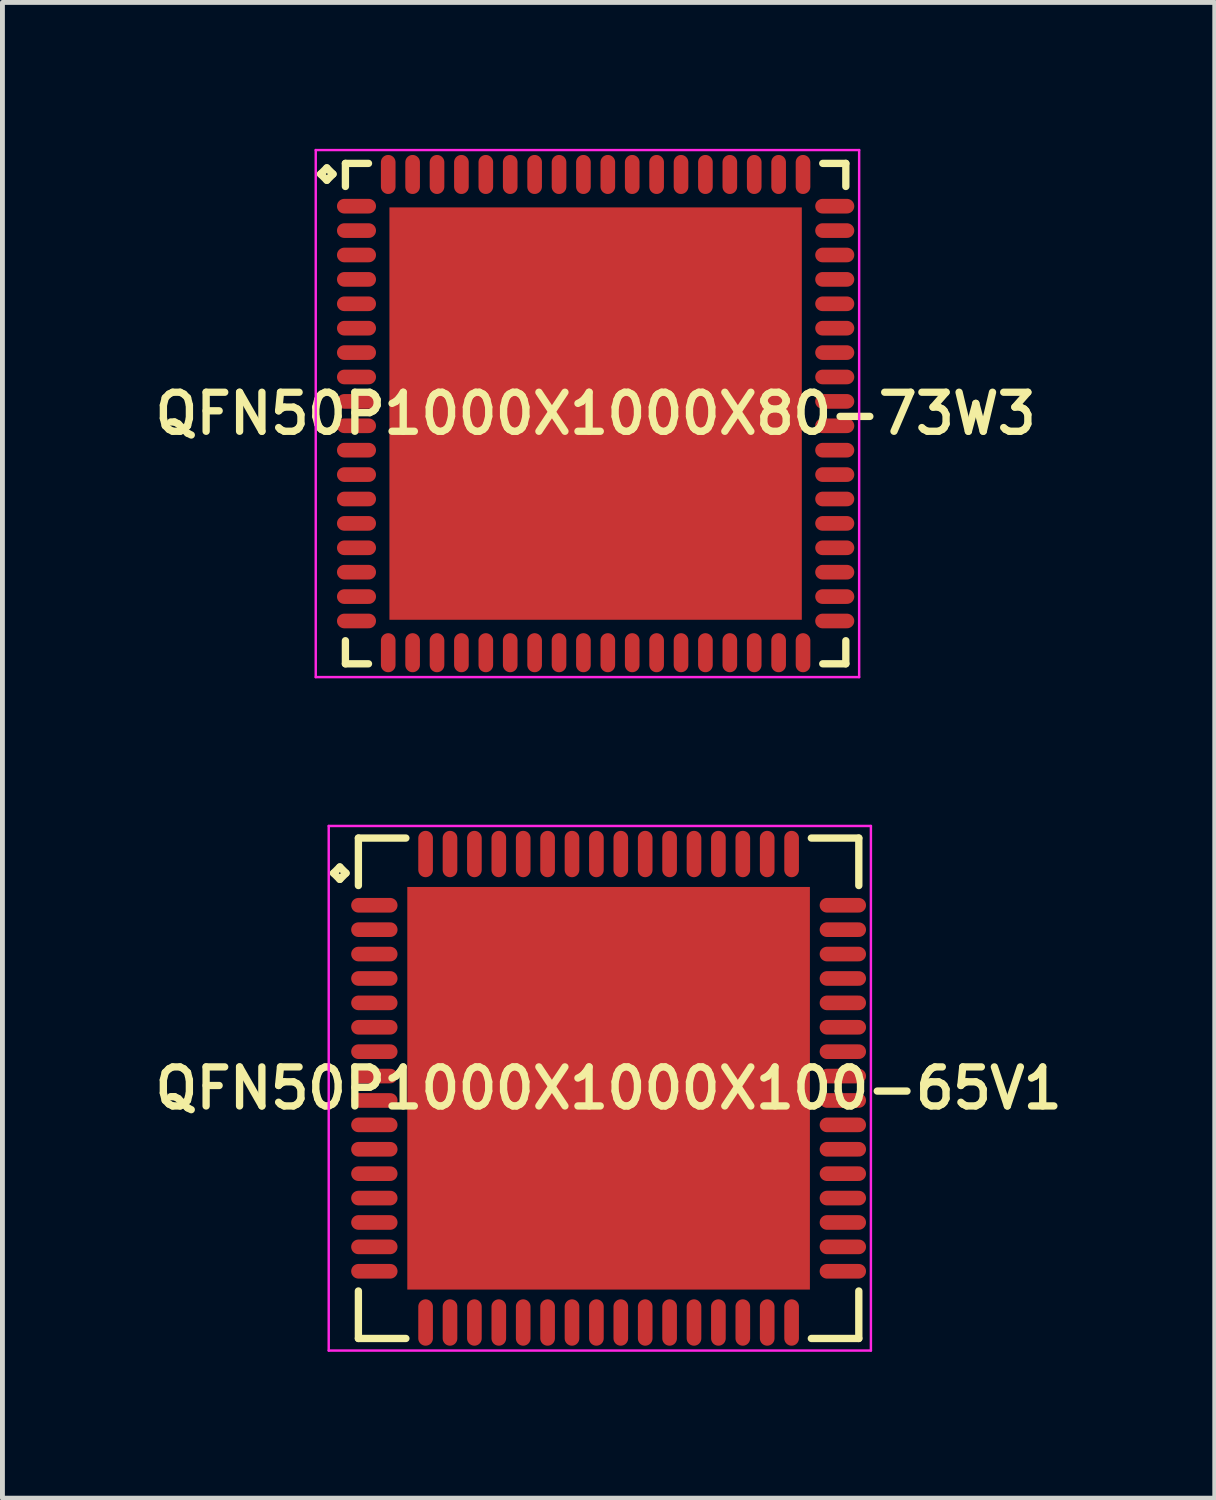
<source format=kicad_pcb>
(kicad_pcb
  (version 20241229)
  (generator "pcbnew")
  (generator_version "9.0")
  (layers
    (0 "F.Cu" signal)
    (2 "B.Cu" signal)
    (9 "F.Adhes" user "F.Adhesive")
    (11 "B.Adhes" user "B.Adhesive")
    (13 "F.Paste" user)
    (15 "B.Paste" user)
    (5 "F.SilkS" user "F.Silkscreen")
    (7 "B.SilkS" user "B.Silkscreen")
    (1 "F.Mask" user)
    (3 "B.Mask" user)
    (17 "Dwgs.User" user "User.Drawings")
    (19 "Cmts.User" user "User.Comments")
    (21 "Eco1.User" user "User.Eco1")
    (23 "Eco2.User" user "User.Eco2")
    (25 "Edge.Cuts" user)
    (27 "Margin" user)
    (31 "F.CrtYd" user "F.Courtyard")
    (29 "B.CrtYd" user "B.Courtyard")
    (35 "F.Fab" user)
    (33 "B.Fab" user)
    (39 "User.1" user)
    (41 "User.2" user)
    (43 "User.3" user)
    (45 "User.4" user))
  (footprint "QFN50P1000X1000X80-73W3"
    (layer "F.Cu")
    (at 9.155 5.425)
    (property "Reference" "QFN50P1000X1000X80-73W3" (at 0 0 0) (layer "F.SilkS") (effects (font (size 0.8 0.8) (thickness 0.15))))
    (attr smd)
    (fp_line (start -5.635 -4.908) (end -5.508 -5.035) (stroke (width 0.15) (type solid)) (layer "F.SilkS"))
    (fp_line (start -5.508 -5.035) (end -5.381 -4.908) (stroke (width 0.15) (type solid)) (layer "F.SilkS"))
    (fp_line (start -5.508 -4.781) (end -5.635 -4.908) (stroke (width 0.15) (type solid)) (layer "F.SilkS"))
    (fp_line (start -5.381 -4.908) (end -5.508 -4.781) (stroke (width 0.15) (type solid)) (layer "F.SilkS"))
    (fp_line (start -5.127 -5.127) (end -4.654 -5.127) (stroke (width 0.15) (type solid)) (layer "F.SilkS"))
    (fp_line (start -5.127 -4.654) (end -5.127 -5.127) (stroke (width 0.15) (type solid)) (layer "F.SilkS"))
    (fp_line (start -5.127 4.654) (end -5.127 5.127) (stroke (width 0.15) (type solid)) (layer "F.SilkS"))
    (fp_line (start -5.127 5.127) (end -4.654 5.127) (stroke (width 0.15) (type solid)) (layer "F.SilkS"))
    (fp_line (start 4.654 -5.127) (end 5.127 -5.127) (stroke (width 0.15) (type solid)) (layer "F.SilkS"))
    (fp_line (start 4.654 5.127) (end 5.127 5.127) (stroke (width 0.15) (type solid)) (layer "F.SilkS"))
    (fp_line (start 5.127 -5.127) (end 5.127 -4.654) (stroke (width 0.15) (type solid)) (layer "F.SilkS"))
    (fp_line (start 5.127 5.127) (end 5.127 4.654) (stroke (width 0.15) (type solid)) (layer "F.SilkS"))
    (fp_line (start -5.735 -5.4) (end 5.4 -5.4) (stroke (width 0.05) (type solid)) (layer "F.CrtYd"))
    (fp_line (start -5.735 5.4) (end -5.735 -5.4) (stroke (width 0.05) (type solid)) (layer "F.CrtYd"))
    (fp_line (start 5.4 -5.4) (end 5.4 5.4) (stroke (width 0.05) (type solid)) (layer "F.CrtYd"))
    (fp_line (start 5.4 5.4) (end -5.735 5.4) (stroke (width 0.05) (type solid)) (layer "F.CrtYd"))
    (pad "1" smd oval (at -4.9 -4.25) (size 0.8 0.3) (layers "F.Cu" "F.Mask" "F.Paste"))
    (pad "2" smd oval (at -4.9 -3.75) (size 0.8 0.3) (layers "F.Cu" "F.Mask" "F.Paste"))
    (pad "3" smd oval (at -4.9 -3.25) (size 0.8 0.3) (layers "F.Cu" "F.Mask" "F.Paste"))
    (pad "4" smd oval (at -4.9 -2.75) (size 0.8 0.3) (layers "F.Cu" "F.Mask" "F.Paste"))
    (pad "5" smd oval (at -4.9 -2.25) (size 0.8 0.3) (layers "F.Cu" "F.Mask" "F.Paste"))
    (pad "6" smd oval (at -4.9 -1.75) (size 0.8 0.3) (layers "F.Cu" "F.Mask" "F.Paste"))
    (pad "7" smd oval (at -4.9 -1.25) (size 0.8 0.3) (layers "F.Cu" "F.Mask" "F.Paste"))
    (pad "8" smd oval (at -4.9 -0.75) (size 0.8 0.3) (layers "F.Cu" "F.Mask" "F.Paste"))
    (pad "9" smd oval (at -4.9 -0.25) (size 0.8 0.3) (layers "F.Cu" "F.Mask" "F.Paste"))
    (pad "10" smd oval (at -4.9 0.25) (size 0.8 0.3) (layers "F.Cu" "F.Mask" "F.Paste"))
    (pad "11" smd oval (at -4.9 0.75) (size 0.8 0.3) (layers "F.Cu" "F.Mask" "F.Paste"))
    (pad "12" smd oval (at -4.9 1.25) (size 0.8 0.3) (layers "F.Cu" "F.Mask" "F.Paste"))
    (pad "13" smd oval (at -4.9 1.75) (size 0.8 0.3) (layers "F.Cu" "F.Mask" "F.Paste"))
    (pad "14" smd oval (at -4.9 2.25) (size 0.8 0.3) (layers "F.Cu" "F.Mask" "F.Paste"))
    (pad "15" smd oval (at -4.9 2.75) (size 0.8 0.3) (layers "F.Cu" "F.Mask" "F.Paste"))
    (pad "16" smd oval (at -4.9 3.25) (size 0.8 0.3) (layers "F.Cu" "F.Mask" "F.Paste"))
    (pad "17" smd oval (at -4.9 3.75) (size 0.8 0.3) (layers "F.Cu" "F.Mask" "F.Paste"))
    (pad "18" smd oval (at -4.9 4.25) (size 0.8 0.3) (layers "F.Cu" "F.Mask" "F.Paste"))
    (pad "19" smd oval (at -4.25 4.9) (size 0.3 0.8) (layers "F.Cu" "F.Mask" "F.Paste"))
    (pad "20" smd oval (at -3.75 4.9) (size 0.3 0.8) (layers "F.Cu" "F.Mask" "F.Paste"))
    (pad "21" smd oval (at -3.25 4.9) (size 0.3 0.8) (layers "F.Cu" "F.Mask" "F.Paste"))
    (pad "22" smd oval (at -2.75 4.9) (size 0.3 0.8) (layers "F.Cu" "F.Mask" "F.Paste"))
    (pad "23" smd oval (at -2.25 4.9) (size 0.3 0.8) (layers "F.Cu" "F.Mask" "F.Paste"))
    (pad "24" smd oval (at -1.75 4.9) (size 0.3 0.8) (layers "F.Cu" "F.Mask" "F.Paste"))
    (pad "25" smd oval (at -1.25 4.9) (size 0.3 0.8) (layers "F.Cu" "F.Mask" "F.Paste"))
    (pad "26" smd oval (at -0.75 4.9) (size 0.3 0.8) (layers "F.Cu" "F.Mask" "F.Paste"))
    (pad "27" smd oval (at -0.25 4.9) (size 0.3 0.8) (layers "F.Cu" "F.Mask" "F.Paste"))
    (pad "28" smd oval (at 0.25 4.9) (size 0.3 0.8) (layers "F.Cu" "F.Mask" "F.Paste"))
    (pad "29" smd oval (at 0.75 4.9) (size 0.3 0.8) (layers "F.Cu" "F.Mask" "F.Paste"))
    (pad "30" smd oval (at 1.25 4.9) (size 0.3 0.8) (layers "F.Cu" "F.Mask" "F.Paste"))
    (pad "31" smd oval (at 1.75 4.9) (size 0.3 0.8) (layers "F.Cu" "F.Mask" "F.Paste"))
    (pad "32" smd oval (at 2.25 4.9) (size 0.3 0.8) (layers "F.Cu" "F.Mask" "F.Paste"))
    (pad "33" smd oval (at 2.75 4.9) (size 0.3 0.8) (layers "F.Cu" "F.Mask" "F.Paste"))
    (pad "34" smd oval (at 3.25 4.9) (size 0.3 0.8) (layers "F.Cu" "F.Mask" "F.Paste"))
    (pad "35" smd oval (at 3.75 4.9) (size 0.3 0.8) (layers "F.Cu" "F.Mask" "F.Paste"))
    (pad "36" smd oval (at 4.25 4.9) (size 0.3 0.8) (layers "F.Cu" "F.Mask" "F.Paste"))
    (pad "37" smd oval (at 4.9 4.25) (size 0.8 0.3) (layers "F.Cu" "F.Mask" "F.Paste"))
    (pad "38" smd oval (at 4.9 3.75) (size 0.8 0.3) (layers "F.Cu" "F.Mask" "F.Paste"))
    (pad "39" smd oval (at 4.9 3.25) (size 0.8 0.3) (layers "F.Cu" "F.Mask" "F.Paste"))
    (pad "40" smd oval (at 4.9 2.75) (size 0.8 0.3) (layers "F.Cu" "F.Mask" "F.Paste"))
    (pad "41" smd oval (at 4.9 2.25) (size 0.8 0.3) (layers "F.Cu" "F.Mask" "F.Paste"))
    (pad "42" smd oval (at 4.9 1.75) (size 0.8 0.3) (layers "F.Cu" "F.Mask" "F.Paste"))
    (pad "43" smd oval (at 4.9 1.25) (size 0.8 0.3) (layers "F.Cu" "F.Mask" "F.Paste"))
    (pad "44" smd oval (at 4.9 0.75) (size 0.8 0.3) (layers "F.Cu" "F.Mask" "F.Paste"))
    (pad "45" smd oval (at 4.9 0.25) (size 0.8 0.3) (layers "F.Cu" "F.Mask" "F.Paste"))
    (pad "46" smd oval (at 4.9 -0.25) (size 0.8 0.3) (layers "F.Cu" "F.Mask" "F.Paste"))
    (pad "47" smd oval (at 4.9 -0.75) (size 0.8 0.3) (layers "F.Cu" "F.Mask" "F.Paste"))
    (pad "48" smd oval (at 4.9 -1.25) (size 0.8 0.3) (layers "F.Cu" "F.Mask" "F.Paste"))
    (pad "49" smd oval (at 4.9 -1.75) (size 0.8 0.3) (layers "F.Cu" "F.Mask" "F.Paste"))
    (pad "50" smd oval (at 4.9 -2.25) (size 0.8 0.3) (layers "F.Cu" "F.Mask" "F.Paste"))
    (pad "51" smd oval (at 4.9 -2.75) (size 0.8 0.3) (layers "F.Cu" "F.Mask" "F.Paste"))
    (pad "52" smd oval (at 4.9 -3.25) (size 0.8 0.3) (layers "F.Cu" "F.Mask" "F.Paste"))
    (pad "53" smd oval (at 4.9 -3.75) (size 0.8 0.3) (layers "F.Cu" "F.Mask" "F.Paste"))
    (pad "54" smd oval (at 4.9 -4.25) (size 0.8 0.3) (layers "F.Cu" "F.Mask" "F.Paste"))
    (pad "55" smd oval (at 4.25 -4.9) (size 0.3 0.8) (layers "F.Cu" "F.Mask" "F.Paste"))
    (pad "56" smd oval (at 3.75 -4.9) (size 0.3 0.8) (layers "F.Cu" "F.Mask" "F.Paste"))
    (pad "57" smd oval (at 3.25 -4.9) (size 0.3 0.8) (layers "F.Cu" "F.Mask" "F.Paste"))
    (pad "58" smd oval (at 2.75 -4.9) (size 0.3 0.8) (layers "F.Cu" "F.Mask" "F.Paste"))
    (pad "59" smd oval (at 2.25 -4.9) (size 0.3 0.8) (layers "F.Cu" "F.Mask" "F.Paste"))
    (pad "60" smd oval (at 1.75 -4.9) (size 0.3 0.8) (layers "F.Cu" "F.Mask" "F.Paste"))
    (pad "61" smd oval (at 1.25 -4.9) (size 0.3 0.8) (layers "F.Cu" "F.Mask" "F.Paste"))
    (pad "62" smd oval (at 0.75 -4.9) (size 0.3 0.8) (layers "F.Cu" "F.Mask" "F.Paste"))
    (pad "63" smd oval (at 0.25 -4.9) (size 0.3 0.8) (layers "F.Cu" "F.Mask" "F.Paste"))
    (pad "64" smd oval (at -0.25 -4.9) (size 0.3 0.8) (layers "F.Cu" "F.Mask" "F.Paste"))
    (pad "65" smd oval (at -0.75 -4.9) (size 0.3 0.8) (layers "F.Cu" "F.Mask" "F.Paste"))
    (pad "66" smd oval (at -1.25 -4.9) (size 0.3 0.8) (layers "F.Cu" "F.Mask" "F.Paste"))
    (pad "67" smd oval (at -1.75 -4.9) (size 0.3 0.8) (layers "F.Cu" "F.Mask" "F.Paste"))
    (pad "68" smd oval (at -2.25 -4.9) (size 0.3 0.8) (layers "F.Cu" "F.Mask" "F.Paste"))
    (pad "69" smd oval (at -2.75 -4.9) (size 0.3 0.8) (layers "F.Cu" "F.Mask" "F.Paste"))
    (pad "70" smd oval (at -3.25 -4.9) (size 0.3 0.8) (layers "F.Cu" "F.Mask" "F.Paste"))
    (pad "71" smd oval (at -3.75 -4.9) (size 0.3 0.8) (layers "F.Cu" "F.Mask" "F.Paste"))
    (pad "72" smd oval (at -4.25 -4.9) (size 0.3 0.8) (layers "F.Cu" "F.Mask" "F.Paste"))
    (pad "73" smd rect (at 0 0) (size 8.45 8.45) (layers "F.Cu" "F.Mask" "F.Paste")))
  (footprint "QFN50P1000X1000X100-65V1"
    (layer "F.Cu")
    (at 9.421 19.25)
    (property "Reference" "QFN50P1000X1000X100-65V1" (at 0 0 0) (layer "F.SilkS") (effects (font (size 0.8 0.8) (thickness 0.15))))
    (attr smd)
    (fp_line (start -5.635 -4.408) (end -5.508 -4.535) (stroke (width 0.15) (type solid)) (layer "F.SilkS"))
    (fp_line (start -5.508 -4.535) (end -5.381 -4.408) (stroke (width 0.15) (type solid)) (layer "F.SilkS"))
    (fp_line (start -5.508 -4.281) (end -5.635 -4.408) (stroke (width 0.15) (type solid)) (layer "F.SilkS"))
    (fp_line (start -5.381 -4.408) (end -5.508 -4.281) (stroke (width 0.15) (type solid)) (layer "F.SilkS"))
    (fp_line (start -5.127 -5.127) (end -4.154 -5.127) (stroke (width 0.15) (type solid)) (layer "F.SilkS"))
    (fp_line (start -5.127 -4.154) (end -5.127 -5.127) (stroke (width 0.15) (type solid)) (layer "F.SilkS"))
    (fp_line (start -5.127 4.154) (end -5.127 5.127) (stroke (width 0.15) (type solid)) (layer "F.SilkS"))
    (fp_line (start -5.127 5.127) (end -4.154 5.127) (stroke (width 0.15) (type solid)) (layer "F.SilkS"))
    (fp_line (start 4.154 -5.127) (end 5.127 -5.127) (stroke (width 0.15) (type solid)) (layer "F.SilkS"))
    (fp_line (start 4.154 5.127) (end 5.127 5.127) (stroke (width 0.15) (type solid)) (layer "F.SilkS"))
    (fp_line (start 5.127 -5.127) (end 5.127 -4.154) (stroke (width 0.15) (type solid)) (layer "F.SilkS"))
    (fp_line (start 5.127 5.127) (end 5.127 4.154) (stroke (width 0.15) (type solid)) (layer "F.SilkS"))
    (fp_line (start -5.735 -5.375) (end 5.375 -5.375) (stroke (width 0.05) (type solid)) (layer "F.CrtYd"))
    (fp_line (start -5.735 5.375) (end -5.735 -5.375) (stroke (width 0.05) (type solid)) (layer "F.CrtYd"))
    (fp_line (start 5.375 -5.375) (end 5.375 5.375) (stroke (width 0.05) (type solid)) (layer "F.CrtYd"))
    (fp_line (start 5.375 5.375) (end -5.735 5.375) (stroke (width 0.05) (type solid)) (layer "F.CrtYd"))
    (pad "1" smd oval (at -4.8 -3.75) (size 0.95 0.3) (layers "F.Cu" "F.Mask" "F.Paste"))
    (pad "2" smd oval (at -4.8 -3.25) (size 0.95 0.3) (layers "F.Cu" "F.Mask" "F.Paste"))
    (pad "3" smd oval (at -4.8 -2.75) (size 0.95 0.3) (layers "F.Cu" "F.Mask" "F.Paste"))
    (pad "4" smd oval (at -4.8 -2.25) (size 0.95 0.3) (layers "F.Cu" "F.Mask" "F.Paste"))
    (pad "5" smd oval (at -4.8 -1.75) (size 0.95 0.3) (layers "F.Cu" "F.Mask" "F.Paste"))
    (pad "6" smd oval (at -4.8 -1.25) (size 0.95 0.3) (layers "F.Cu" "F.Mask" "F.Paste"))
    (pad "7" smd oval (at -4.8 -0.75) (size 0.95 0.3) (layers "F.Cu" "F.Mask" "F.Paste"))
    (pad "8" smd oval (at -4.8 -0.25) (size 0.95 0.3) (layers "F.Cu" "F.Mask" "F.Paste"))
    (pad "9" smd oval (at -4.8 0.25) (size 0.95 0.3) (layers "F.Cu" "F.Mask" "F.Paste"))
    (pad "10" smd oval (at -4.8 0.75) (size 0.95 0.3) (layers "F.Cu" "F.Mask" "F.Paste"))
    (pad "11" smd oval (at -4.8 1.25) (size 0.95 0.3) (layers "F.Cu" "F.Mask" "F.Paste"))
    (pad "12" smd oval (at -4.8 1.75) (size 0.95 0.3) (layers "F.Cu" "F.Mask" "F.Paste"))
    (pad "13" smd oval (at -4.8 2.25) (size 0.95 0.3) (layers "F.Cu" "F.Mask" "F.Paste"))
    (pad "14" smd oval (at -4.8 2.75) (size 0.95 0.3) (layers "F.Cu" "F.Mask" "F.Paste"))
    (pad "15" smd oval (at -4.8 3.25) (size 0.95 0.3) (layers "F.Cu" "F.Mask" "F.Paste"))
    (pad "16" smd oval (at -4.8 3.75) (size 0.95 0.3) (layers "F.Cu" "F.Mask" "F.Paste"))
    (pad "17" smd oval (at -3.75 4.8) (size 0.3 0.95) (layers "F.Cu" "F.Mask" "F.Paste"))
    (pad "18" smd oval (at -3.25 4.8) (size 0.3 0.95) (layers "F.Cu" "F.Mask" "F.Paste"))
    (pad "19" smd oval (at -2.75 4.8) (size 0.3 0.95) (layers "F.Cu" "F.Mask" "F.Paste"))
    (pad "20" smd oval (at -2.25 4.8) (size 0.3 0.95) (layers "F.Cu" "F.Mask" "F.Paste"))
    (pad "21" smd oval (at -1.75 4.8) (size 0.3 0.95) (layers "F.Cu" "F.Mask" "F.Paste"))
    (pad "22" smd oval (at -1.25 4.8) (size 0.3 0.95) (layers "F.Cu" "F.Mask" "F.Paste"))
    (pad "23" smd oval (at -0.75 4.8) (size 0.3 0.95) (layers "F.Cu" "F.Mask" "F.Paste"))
    (pad "24" smd oval (at -0.25 4.8) (size 0.3 0.95) (layers "F.Cu" "F.Mask" "F.Paste"))
    (pad "25" smd oval (at 0.25 4.8) (size 0.3 0.95) (layers "F.Cu" "F.Mask" "F.Paste"))
    (pad "26" smd oval (at 0.75 4.8) (size 0.3 0.95) (layers "F.Cu" "F.Mask" "F.Paste"))
    (pad "27" smd oval (at 1.25 4.8) (size 0.3 0.95) (layers "F.Cu" "F.Mask" "F.Paste"))
    (pad "28" smd oval (at 1.75 4.8) (size 0.3 0.95) (layers "F.Cu" "F.Mask" "F.Paste"))
    (pad "29" smd oval (at 2.25 4.8) (size 0.3 0.95) (layers "F.Cu" "F.Mask" "F.Paste"))
    (pad "30" smd oval (at 2.75 4.8) (size 0.3 0.95) (layers "F.Cu" "F.Mask" "F.Paste"))
    (pad "31" smd oval (at 3.25 4.8) (size 0.3 0.95) (layers "F.Cu" "F.Mask" "F.Paste"))
    (pad "32" smd oval (at 3.75 4.8) (size 0.3 0.95) (layers "F.Cu" "F.Mask" "F.Paste"))
    (pad "33" smd oval (at 4.8 3.75) (size 0.95 0.3) (layers "F.Cu" "F.Mask" "F.Paste"))
    (pad "34" smd oval (at 4.8 3.25) (size 0.95 0.3) (layers "F.Cu" "F.Mask" "F.Paste"))
    (pad "35" smd oval (at 4.8 2.75) (size 0.95 0.3) (layers "F.Cu" "F.Mask" "F.Paste"))
    (pad "36" smd oval (at 4.8 2.25) (size 0.95 0.3) (layers "F.Cu" "F.Mask" "F.Paste"))
    (pad "37" smd oval (at 4.8 1.75) (size 0.95 0.3) (layers "F.Cu" "F.Mask" "F.Paste"))
    (pad "38" smd oval (at 4.8 1.25) (size 0.95 0.3) (layers "F.Cu" "F.Mask" "F.Paste"))
    (pad "39" smd oval (at 4.8 0.75) (size 0.95 0.3) (layers "F.Cu" "F.Mask" "F.Paste"))
    (pad "40" smd oval (at 4.8 0.25) (size 0.95 0.3) (layers "F.Cu" "F.Mask" "F.Paste"))
    (pad "41" smd oval (at 4.8 -0.25) (size 0.95 0.3) (layers "F.Cu" "F.Mask" "F.Paste"))
    (pad "42" smd oval (at 4.8 -0.75) (size 0.95 0.3) (layers "F.Cu" "F.Mask" "F.Paste"))
    (pad "43" smd oval (at 4.8 -1.25) (size 0.95 0.3) (layers "F.Cu" "F.Mask" "F.Paste"))
    (pad "44" smd oval (at 4.8 -1.75) (size 0.95 0.3) (layers "F.Cu" "F.Mask" "F.Paste"))
    (pad "45" smd oval (at 4.8 -2.25) (size 0.95 0.3) (layers "F.Cu" "F.Mask" "F.Paste"))
    (pad "46" smd oval (at 4.8 -2.75) (size 0.95 0.3) (layers "F.Cu" "F.Mask" "F.Paste"))
    (pad "47" smd oval (at 4.8 -3.25) (size 0.95 0.3) (layers "F.Cu" "F.Mask" "F.Paste"))
    (pad "48" smd oval (at 4.8 -3.75) (size 0.95 0.3) (layers "F.Cu" "F.Mask" "F.Paste"))
    (pad "49" smd oval (at 3.75 -4.8) (size 0.3 0.95) (layers "F.Cu" "F.Mask" "F.Paste"))
    (pad "50" smd oval (at 3.25 -4.8) (size 0.3 0.95) (layers "F.Cu" "F.Mask" "F.Paste"))
    (pad "51" smd oval (at 2.75 -4.8) (size 0.3 0.95) (layers "F.Cu" "F.Mask" "F.Paste"))
    (pad "52" smd oval (at 2.25 -4.8) (size 0.3 0.95) (layers "F.Cu" "F.Mask" "F.Paste"))
    (pad "53" smd oval (at 1.75 -4.8) (size 0.3 0.95) (layers "F.Cu" "F.Mask" "F.Paste"))
    (pad "54" smd oval (at 1.25 -4.8) (size 0.3 0.95) (layers "F.Cu" "F.Mask" "F.Paste"))
    (pad "55" smd oval (at 0.75 -4.8) (size 0.3 0.95) (layers "F.Cu" "F.Mask" "F.Paste"))
    (pad "56" smd oval (at 0.25 -4.8) (size 0.3 0.95) (layers "F.Cu" "F.Mask" "F.Paste"))
    (pad "57" smd oval (at -0.25 -4.8) (size 0.3 0.95) (layers "F.Cu" "F.Mask" "F.Paste"))
    (pad "58" smd oval (at -0.75 -4.8) (size 0.3 0.95) (layers "F.Cu" "F.Mask" "F.Paste"))
    (pad "59" smd oval (at -1.25 -4.8) (size 0.3 0.95) (layers "F.Cu" "F.Mask" "F.Paste"))
    (pad "60" smd oval (at -1.75 -4.8) (size 0.3 0.95) (layers "F.Cu" "F.Mask" "F.Paste"))
    (pad "61" smd oval (at -2.25 -4.8) (size 0.3 0.95) (layers "F.Cu" "F.Mask" "F.Paste"))
    (pad "62" smd oval (at -2.75 -4.8) (size 0.3 0.95) (layers "F.Cu" "F.Mask" "F.Paste"))
    (pad "63" smd oval (at -3.25 -4.8) (size 0.3 0.95) (layers "F.Cu" "F.Mask" "F.Paste"))
    (pad "64" smd oval (at -3.75 -4.8) (size 0.3 0.95) (layers "F.Cu" "F.Mask" "F.Paste"))
    (pad "65" smd rect (at 0 0) (size 8.25 8.25) (layers "F.Cu" "F.Mask" "F.Paste")))
  (gr_rect
    (start -3 -3)
    (end 21.842 27.65)
    (stroke (width 0.1) (type default))
    (fill no)
    (layer "Edge.Cuts")))
</source>
